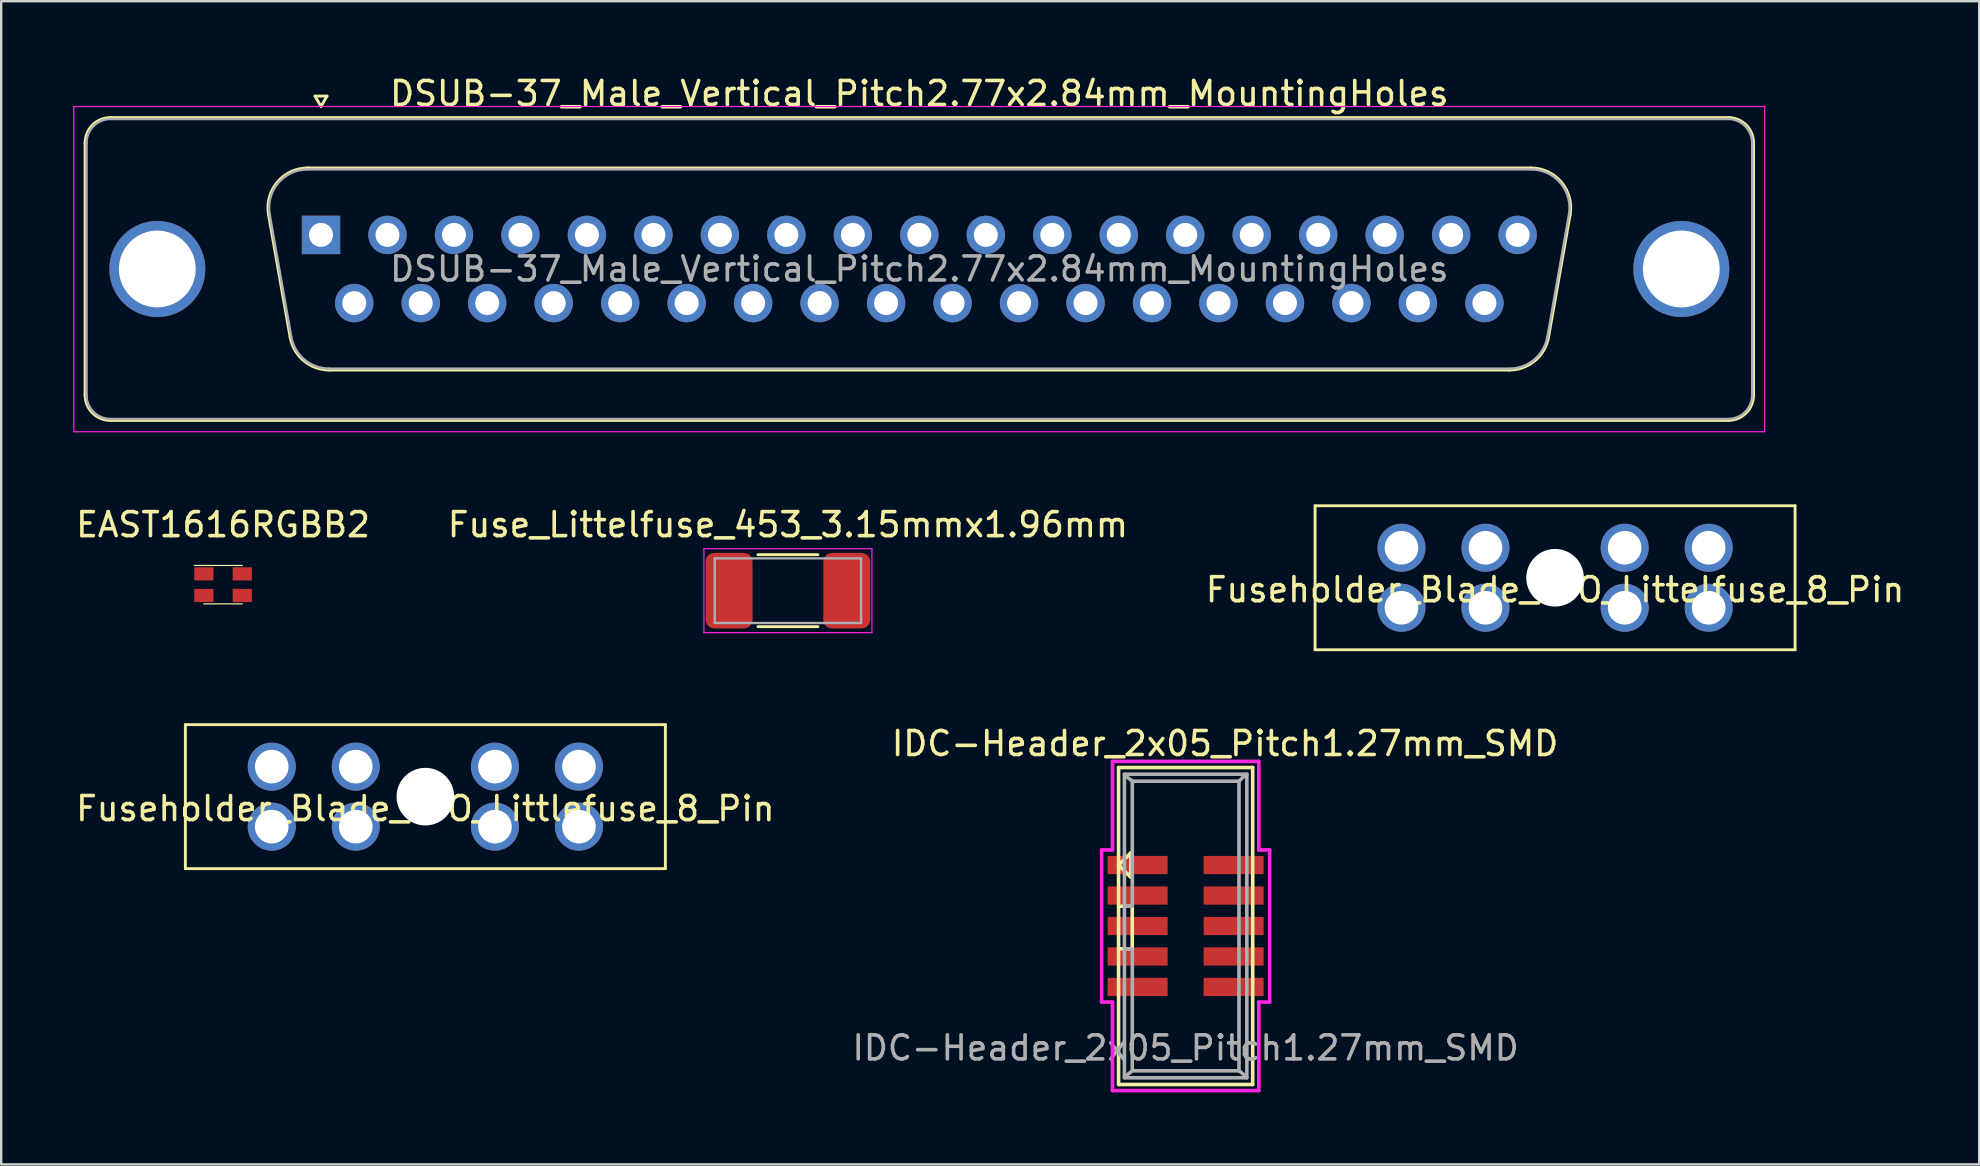
<source format=kicad_pcb>
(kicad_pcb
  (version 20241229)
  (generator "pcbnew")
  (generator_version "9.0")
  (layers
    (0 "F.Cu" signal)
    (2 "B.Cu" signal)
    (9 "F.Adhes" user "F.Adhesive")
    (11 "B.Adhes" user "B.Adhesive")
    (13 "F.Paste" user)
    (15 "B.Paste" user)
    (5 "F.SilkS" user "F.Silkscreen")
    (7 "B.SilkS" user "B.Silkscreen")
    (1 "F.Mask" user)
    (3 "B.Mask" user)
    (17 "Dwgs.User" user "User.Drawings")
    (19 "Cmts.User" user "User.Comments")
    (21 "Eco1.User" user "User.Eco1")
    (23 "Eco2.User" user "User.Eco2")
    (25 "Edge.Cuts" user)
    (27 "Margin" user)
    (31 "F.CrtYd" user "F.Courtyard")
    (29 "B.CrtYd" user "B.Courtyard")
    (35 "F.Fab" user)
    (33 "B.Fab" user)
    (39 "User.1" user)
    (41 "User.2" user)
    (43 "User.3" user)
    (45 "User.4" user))
  (footprint "DSUB-37_Male_Vertical_Pitch2.77x2.84mm_MountingHoles"
    (layer "F.Cu")
    (at 10.325 6.738)
    (property "Reference" "DSUB-37_Male_Vertical_Pitch2.77x2.84mm_MountingHoles" (at 24.93 -5.89 0) (layer "F.SilkS") (effects (font (size 1 1) (thickness 0.15))))
    (attr through_hole)
    (fp_line (start -9.83 6.67) (end -9.83 -3.83) (stroke (width 0.12) (type solid)) (layer "F.SilkS"))
    (fp_line (start -8.77 -4.89) (end 58.63 -4.89) (stroke (width 0.12) (type solid)) (layer "F.SilkS"))
    (fp_line (start -2.186 -0.842) (end -1.287 4.258) (stroke (width 0.12) (type solid)) (layer "F.SilkS"))
    (fp_line (start -0.552 -2.79) (end 50.412 -2.79) (stroke (width 0.12) (type solid)) (layer "F.SilkS"))
    (fp_line (start -0.25 -5.784) (end 0.25 -5.784) (stroke (width 0.12) (type solid)) (layer "F.SilkS"))
    (fp_line (start 0 -5.351) (end -0.25 -5.784) (stroke (width 0.12) (type solid)) (layer "F.SilkS"))
    (fp_line (start 0.25 -5.784) (end 0 -5.351) (stroke (width 0.12) (type solid)) (layer "F.SilkS"))
    (fp_line (start 0.348 5.63) (end 49.512 5.63) (stroke (width 0.12) (type solid)) (layer "F.SilkS"))
    (fp_line (start 52.046 -0.842) (end 51.147 4.258) (stroke (width 0.12) (type solid)) (layer "F.SilkS"))
    (fp_line (start 58.63 7.73) (end -8.77 7.73) (stroke (width 0.12) (type solid)) (layer "F.SilkS"))
    (fp_line (start 59.69 -3.83) (end 59.69 6.67) (stroke (width 0.12) (type solid)) (layer "F.SilkS"))
    (fp_arc (start -9.83 -3.83) (mid -9.519533 -4.579533) (end -8.77 -4.89) (stroke (width 0.12) (type solid)) (layer "F.SilkS"))
    (fp_arc (start -8.77 7.73) (mid -9.519533 7.419533) (end -9.83 6.67) (stroke (width 0.12) (type solid)) (layer "F.SilkS"))
    (fp_arc (start -2.18647 -0.841744) (mid -1.823323 -2.197028) (end -0.551689 -2.79) (stroke (width 0.12) (type solid)) (layer "F.SilkS"))
    (fp_arc (start 0.347579 5.63) (mid -0.719448 5.241634) (end -1.287202 4.258256) (stroke (width 0.12) (type solid)) (layer "F.SilkS"))
    (fp_arc (start 50.411689 -2.79) (mid 51.683323 -2.197027) (end 52.04647 -0.841744) (stroke (width 0.12) (type solid)) (layer "F.SilkS"))
    (fp_arc (start 51.147202 4.258256) (mid 50.579449 5.241634) (end 49.512421 5.63) (stroke (width 0.12) (type solid)) (layer "F.SilkS"))
    (fp_arc (start 58.63 -4.89) (mid 59.379533 -4.579533) (end 59.69 -3.83) (stroke (width 0.12) (type solid)) (layer "F.SilkS"))
    (fp_arc (start 59.69 6.67) (mid 59.379533 7.419533) (end 58.63 7.73) (stroke (width 0.12) (type solid)) (layer "F.SilkS"))
    (fp_line (start -10.3 -5.35) (end -10.3 8.2) (stroke (width 0.05) (type solid)) (layer "F.CrtYd"))
    (fp_line (start -10.3 8.2) (end 60.15 8.2) (stroke (width 0.05) (type solid)) (layer "F.CrtYd"))
    (fp_line (start 60.15 -5.35) (end -10.3 -5.35) (stroke (width 0.05) (type solid)) (layer "F.CrtYd"))
    (fp_line (start 60.15 8.2) (end 60.15 -5.35) (stroke (width 0.05) (type solid)) (layer "F.CrtYd"))
    (fp_line (start -9.77 6.67) (end -9.77 -3.83) (stroke (width 0.1) (type solid)) (layer "F.Fab"))
    (fp_line (start -8.77 -4.83) (end 58.63 -4.83) (stroke (width 0.1) (type solid)) (layer "F.Fab"))
    (fp_line (start -2.139 -0.852) (end -1.24 4.248) (stroke (width 0.1) (type solid)) (layer "F.Fab"))
    (fp_line (start -0.563 -2.73) (end 50.423 -2.73) (stroke (width 0.1) (type solid)) (layer "F.Fab"))
    (fp_line (start 0.336 5.57) (end 49.524 5.57) (stroke (width 0.1) (type solid)) (layer "F.Fab"))
    (fp_line (start 51.999 -0.852) (end 51.1 4.248) (stroke (width 0.1) (type solid)) (layer "F.Fab"))
    (fp_line (start 58.63 7.67) (end -8.77 7.67) (stroke (width 0.1) (type solid)) (layer "F.Fab"))
    (fp_line (start 59.63 -3.83) (end 59.63 6.67) (stroke (width 0.1) (type solid)) (layer "F.Fab"))
    (fp_arc (start -9.77 -3.83) (mid -9.477107 -4.537107) (end -8.77 -4.83) (stroke (width 0.1) (type solid)) (layer "F.Fab"))
    (fp_arc (start -8.77 7.67) (mid -9.477107 7.377107) (end -9.77 6.67) (stroke (width 0.1) (type solid)) (layer "F.Fab"))
    (fp_arc (start -2.138886 -0.852163) (mid -1.788865 -2.15846) (end -0.563194 -2.73) (stroke (width 0.1) (type solid)) (layer "F.Fab"))
    (fp_arc (start 0.336073 5.57) (mid -0.692387 5.195671) (end -1.239619 4.247837) (stroke (width 0.1) (type solid)) (layer "F.Fab"))
    (fp_arc (start 50.423194 -2.73) (mid 51.648865 -2.15846) (end 51.998886 -0.852163) (stroke (width 0.1) (type solid)) (layer "F.Fab"))
    (fp_arc (start 51.099619 4.247837) (mid 50.552387 5.195671) (end 49.523927 5.57) (stroke (width 0.1) (type solid)) (layer "F.Fab"))
    (fp_arc (start 58.63 -4.83) (mid 59.337107 -4.537107) (end 59.63 -3.83) (stroke (width 0.1) (type solid)) (layer "F.Fab"))
    (fp_arc (start 59.63 6.67) (mid 59.337107 7.377107) (end 58.63 7.67) (stroke (width 0.1) (type solid)) (layer "F.Fab"))
    (fp_text user "${REFERENCE}" (at 24.93 1.42 0) (layer "F.Fab") (effects (font (size 1 1) (thickness 0.15))))
    (pad "0" thru_hole circle (at -6.82 1.42) (size 4 4) (drill 3.2) (layers "*.Cu" "*.Mask"))
    (pad "0" thru_hole circle (at 56.68 1.42) (size 4 4) (drill 3.2) (layers "*.Cu" "*.Mask"))
    (pad "1" thru_hole rect (at 0 0) (size 1.6 1.6) (drill 1) (layers "*.Cu" "*.Mask"))
    (pad "2" thru_hole circle (at 2.77 0) (size 1.6 1.6) (drill 1) (layers "*.Cu" "*.Mask"))
    (pad "3" thru_hole circle (at 5.54 0) (size 1.6 1.6) (drill 1) (layers "*.Cu" "*.Mask"))
    (pad "4" thru_hole circle (at 8.31 0) (size 1.6 1.6) (drill 1) (layers "*.Cu" "*.Mask"))
    (pad "5" thru_hole circle (at 11.08 0) (size 1.6 1.6) (drill 1) (layers "*.Cu" "*.Mask"))
    (pad "6" thru_hole circle (at 13.85 0) (size 1.6 1.6) (drill 1) (layers "*.Cu" "*.Mask"))
    (pad "7" thru_hole circle (at 16.62 0) (size 1.6 1.6) (drill 1) (layers "*.Cu" "*.Mask"))
    (pad "8" thru_hole circle (at 19.39 0) (size 1.6 1.6) (drill 1) (layers "*.Cu" "*.Mask"))
    (pad "9" thru_hole circle (at 22.16 0) (size 1.6 1.6) (drill 1) (layers "*.Cu" "*.Mask"))
    (pad "10" thru_hole circle (at 24.93 0) (size 1.6 1.6) (drill 1) (layers "*.Cu" "*.Mask"))
    (pad "11" thru_hole circle (at 27.7 0) (size 1.6 1.6) (drill 1) (layers "*.Cu" "*.Mask"))
    (pad "12" thru_hole circle (at 30.47 0) (size 1.6 1.6) (drill 1) (layers "*.Cu" "*.Mask"))
    (pad "13" thru_hole circle (at 33.24 0) (size 1.6 1.6) (drill 1) (layers "*.Cu" "*.Mask"))
    (pad "14" thru_hole circle (at 36.01 0) (size 1.6 1.6) (drill 1) (layers "*.Cu" "*.Mask"))
    (pad "15" thru_hole circle (at 38.78 0) (size 1.6 1.6) (drill 1) (layers "*.Cu" "*.Mask"))
    (pad "16" thru_hole circle (at 41.55 0) (size 1.6 1.6) (drill 1) (layers "*.Cu" "*.Mask"))
    (pad "17" thru_hole circle (at 44.32 0) (size 1.6 1.6) (drill 1) (layers "*.Cu" "*.Mask"))
    (pad "18" thru_hole circle (at 47.09 0) (size 1.6 1.6) (drill 1) (layers "*.Cu" "*.Mask"))
    (pad "19" thru_hole circle (at 49.86 0) (size 1.6 1.6) (drill 1) (layers "*.Cu" "*.Mask"))
    (pad "20" thru_hole circle (at 1.385 2.84) (size 1.6 1.6) (drill 1) (layers "*.Cu" "*.Mask"))
    (pad "21" thru_hole circle (at 4.155 2.84) (size 1.6 1.6) (drill 1) (layers "*.Cu" "*.Mask"))
    (pad "22" thru_hole circle (at 6.925 2.84) (size 1.6 1.6) (drill 1) (layers "*.Cu" "*.Mask"))
    (pad "23" thru_hole circle (at 9.695 2.84) (size 1.6 1.6) (drill 1) (layers "*.Cu" "*.Mask"))
    (pad "24" thru_hole circle (at 12.465 2.84) (size 1.6 1.6) (drill 1) (layers "*.Cu" "*.Mask"))
    (pad "25" thru_hole circle (at 15.235 2.84) (size 1.6 1.6) (drill 1) (layers "*.Cu" "*.Mask"))
    (pad "26" thru_hole circle (at 18.005 2.84) (size 1.6 1.6) (drill 1) (layers "*.Cu" "*.Mask"))
    (pad "27" thru_hole circle (at 20.775 2.84) (size 1.6 1.6) (drill 1) (layers "*.Cu" "*.Mask"))
    (pad "28" thru_hole circle (at 23.545 2.84) (size 1.6 1.6) (drill 1) (layers "*.Cu" "*.Mask"))
    (pad "29" thru_hole circle (at 26.315 2.84) (size 1.6 1.6) (drill 1) (layers "*.Cu" "*.Mask"))
    (pad "30" thru_hole circle (at 29.085 2.84) (size 1.6 1.6) (drill 1) (layers "*.Cu" "*.Mask"))
    (pad "31" thru_hole circle (at 31.855 2.84) (size 1.6 1.6) (drill 1) (layers "*.Cu" "*.Mask"))
    (pad "32" thru_hole circle (at 34.625 2.84) (size 1.6 1.6) (drill 1) (layers "*.Cu" "*.Mask"))
    (pad "33" thru_hole circle (at 37.395 2.84) (size 1.6 1.6) (drill 1) (layers "*.Cu" "*.Mask"))
    (pad "34" thru_hole circle (at 40.165 2.84) (size 1.6 1.6) (drill 1) (layers "*.Cu" "*.Mask"))
    (pad "35" thru_hole circle (at 42.935 2.84) (size 1.6 1.6) (drill 1) (layers "*.Cu" "*.Mask"))
    (pad "36" thru_hole circle (at 45.705 2.84) (size 1.6 1.6) (drill 1) (layers "*.Cu" "*.Mask"))
    (pad "37" thru_hole circle (at 48.475 2.84) (size 1.6 1.6) (drill 1) (layers "*.Cu" "*.Mask")))
  (footprint "Fuse_Littelfuse_453_3.15mmx1.96mm"
    (layer "F.Cu")
    (at 29.78 21.561)
    (property "Reference" "Fuse_Littelfuse_453_3.15mmx1.96mm" (at 0 -2.75 0) (layer "F.SilkS") (effects (font (size 1 1) (thickness 0.15))))
    (attr smd)
    (fp_line (start -1.25 -1.5) (end 1.25 -1.5) (stroke (width 0.12) (type solid)) (layer "F.SilkS"))
    (fp_line (start -1.25 1.5) (end 1.25 1.5) (stroke (width 0.12) (type solid)) (layer "F.SilkS"))
    (fp_line (start -3.5 -1.75) (end 3.5 -1.75) (stroke (width 0.05) (type solid)) (layer "F.CrtYd"))
    (fp_line (start -3.5 1.75) (end -3.5 -1.75) (stroke (width 0.05) (type solid)) (layer "F.CrtYd"))
    (fp_line (start 3.5 -1.75) (end 3.5 1.75) (stroke (width 0.05) (type solid)) (layer "F.CrtYd"))
    (fp_line (start 3.5 1.75) (end -3.5 1.75) (stroke (width 0.05) (type solid)) (layer "F.CrtYd"))
    (fp_line (start -3.048 -1.346) (end 3.048 -1.346) (stroke (width 0.1) (type solid)) (layer "F.Fab"))
    (fp_line (start -3.048 1.346) (end -3.048 -1.346) (stroke (width 0.1) (type solid)) (layer "F.Fab"))
    (fp_line (start 3.048 -1.346) (end 3.048 1.346) (stroke (width 0.1) (type solid)) (layer "F.Fab"))
    (fp_line (start 3.048 1.346) (end -3.048 1.346) (stroke (width 0.1) (type solid)) (layer "F.Fab"))
    (pad "1" smd roundrect (at -2.451 0) (size 1.956 3.15) (layers "F.Cu" "F.Mask" "F.Paste") (roundrect_rratio 0.185))
    (pad "2" smd roundrect (at 2.451 0) (size 1.956 3.15) (layers "F.Cu" "F.Mask" "F.Paste") (roundrect_rratio 0.185)))
  (footprint "Fuseholder_Blade_ATO_Littlefuse_8_Pin"
    (layer "F.Cu")
    (at 14.673 30.143)
    (property "Reference" "Fuseholder_Blade_ATO_Littlefuse_8_Pin" (at 0 0.5 0) (layer "F.SilkS") (effects (font (size 1 1) (thickness 0.15))))
    (attr through_hole)
    (fp_line (start -10 -3) (end 10 -3) (stroke (width 0.12) (type solid)) (layer "F.SilkS"))
    (fp_line (start -10 3) (end -10 -3) (stroke (width 0.12) (type solid)) (layer "F.SilkS"))
    (fp_line (start 10 -3) (end 10 3) (stroke (width 0.12) (type solid)) (layer "F.SilkS"))
    (fp_line (start 10 3) (end -10 3) (stroke (width 0.12) (type solid)) (layer "F.SilkS"))
    (pad "" np_thru_hole circle (at 0 0) (size 2.4 2.4) (drill 2.4) (layers "*.Cu" "*.Mask"))
    (pad "1" thru_hole circle (at -6.4 -1.25) (size 2 2) (drill 1.4) (layers "*.Cu" "*.Mask"))
    (pad "1" thru_hole circle (at -6.4 1.25) (size 2 2) (drill 1.4) (layers "*.Cu" "*.Mask"))
    (pad "1" thru_hole circle (at -2.9 -1.25) (size 2 2) (drill 1.4) (layers "*.Cu" "*.Mask"))
    (pad "1" thru_hole circle (at -2.9 1.25) (size 2 2) (drill 1.4) (layers "*.Cu" "*.Mask"))
    (pad "2" thru_hole circle (at 2.9 -1.25) (size 2 2) (drill 1.4) (layers "*.Cu" "*.Mask"))
    (pad "2" thru_hole circle (at 2.9 1.25) (size 2 2) (drill 1.4) (layers "*.Cu" "*.Mask"))
    (pad "2" thru_hole circle (at 6.4 -1.25) (size 2 2) (drill 1.4) (layers "*.Cu" "*.Mask"))
    (pad "2" thru_hole circle (at 6.4 1.25) (size 2 2) (drill 1.4) (layers "*.Cu" "*.Mask")))
  (footprint "Fuseholder_Blade_ATO_Littelfuse_8_Pin"
    (layer "F.Cu")
    (at 61.744 21.023)
    (property "Reference" "Fuseholder_Blade_ATO_Littelfuse_8_Pin" (at 0 0.5 0) (layer "F.SilkS") (effects (font (size 1 1) (thickness 0.15))))
    (attr through_hole)
    (fp_line (start -10 -3) (end 10 -3) (stroke (width 0.12) (type solid)) (layer "F.SilkS"))
    (fp_line (start -10 3) (end -10 -3) (stroke (width 0.12) (type solid)) (layer "F.SilkS"))
    (fp_line (start 10 -3) (end 10 3) (stroke (width 0.12) (type solid)) (layer "F.SilkS"))
    (fp_line (start 10 3) (end -10 3) (stroke (width 0.12) (type solid)) (layer "F.SilkS"))
    (pad "" np_thru_hole circle (at 0 0) (size 2.4 2.4) (drill 2.4) (layers "*.Cu" "*.Mask"))
    (pad "1" thru_hole circle (at -6.4 -1.25) (size 2 2) (drill 1.4) (layers "*.Cu" "*.Mask"))
    (pad "1" thru_hole circle (at -6.4 1.25) (size 2 2) (drill 1.4) (layers "*.Cu" "*.Mask"))
    (pad "1" thru_hole circle (at -2.9 -1.25) (size 2 2) (drill 1.4) (layers "*.Cu" "*.Mask"))
    (pad "1" thru_hole circle (at -2.9 1.25) (size 2 2) (drill 1.4) (layers "*.Cu" "*.Mask"))
    (pad "2" thru_hole circle (at 2.9 -1.25) (size 2 2) (drill 1.4) (layers "*.Cu" "*.Mask"))
    (pad "2" thru_hole circle (at 2.9 1.25) (size 2 2) (drill 1.4) (layers "*.Cu" "*.Mask"))
    (pad "2" thru_hole circle (at 6.4 -1.25) (size 2 2) (drill 1.4) (layers "*.Cu" "*.Mask"))
    (pad "2" thru_hole circle (at 6.4 1.25) (size 2 2) (drill 1.4) (layers "*.Cu" "*.Mask")))
  (footprint "IDC-Header_2x05_Pitch1.27mm_SMD"
    (layer "F.Cu")
    (at 46.351 35.533)
    (property "Reference" "IDC-Header_2x05_Pitch1.27mm_SMD" (at 1.643 -7.602 0) (layer "F.SilkS") (effects (font (size 1 1) (thickness 0.15))))
    (attr through_hole)
    (fp_line (start -2.794 -6.604) (end -2.794 6.604) (stroke (width 0.15) (type solid)) (layer "F.SilkS"))
    (fp_line (start -2.794 -2.54) (end -2.286 -3.048) (stroke (width 0.15) (type solid)) (layer "F.SilkS"))
    (fp_line (start -2.794 6.604) (end 2.794 6.604) (stroke (width 0.15) (type solid)) (layer "F.SilkS"))
    (fp_line (start -2.75 -0.825) (end -2.225 -0.825) (stroke (width 0.15) (type solid)) (layer "F.SilkS"))
    (fp_line (start -2.286 -3.048) (end -2.286 -2.032) (stroke (width 0.15) (type solid)) (layer "F.SilkS"))
    (fp_line (start -2.286 -2.032) (end -2.794 -2.54) (stroke (width 0.15) (type solid)) (layer "F.SilkS"))
    (fp_line (start -2.225 -0.825) (end -2.225 0.95) (stroke (width 0.15) (type solid)) (layer "F.SilkS"))
    (fp_line (start -2.225 0.95) (end -2.75 0.95) (stroke (width 0.15) (type solid)) (layer "F.SilkS"))
    (fp_line (start 2.794 -6.604) (end -2.794 -6.604) (stroke (width 0.15) (type solid)) (layer "F.SilkS"))
    (fp_line (start 2.794 6.604) (end 2.794 -6.604) (stroke (width 0.15) (type solid)) (layer "F.SilkS"))
    (fp_line (start -3.5 -3.17) (end -3.5 3.17) (stroke (width 0.15) (type solid)) (layer "F.CrtYd"))
    (fp_line (start -3.048 -6.858) (end -3.048 -3.17) (stroke (width 0.15) (type solid)) (layer "F.CrtYd"))
    (fp_line (start -3.048 -3.17) (end -3.5 -3.17) (stroke (width 0.15) (type solid)) (layer "F.CrtYd"))
    (fp_line (start -3.048 3.17) (end -3.5 3.17) (stroke (width 0.15) (type solid)) (layer "F.CrtYd"))
    (fp_line (start -3.048 3.17) (end -3.048 6.858) (stroke (width 0.15) (type solid)) (layer "F.CrtYd"))
    (fp_line (start -3.048 6.858) (end 3.048 6.858) (stroke (width 0.15) (type solid)) (layer "F.CrtYd"))
    (fp_line (start 3.048 -6.858) (end -3.048 -6.858) (stroke (width 0.15) (type solid)) (layer "F.CrtYd"))
    (fp_line (start 3.048 -3.17) (end 3.048 -6.858) (stroke (width 0.15) (type solid)) (layer "F.CrtYd"))
    (fp_line (start 3.048 3.17) (end 3.5 3.17) (stroke (width 0.15) (type solid)) (layer "F.CrtYd"))
    (fp_line (start 3.048 6.858) (end 3.048 3.17) (stroke (width 0.15) (type solid)) (layer "F.CrtYd"))
    (fp_line (start 3.049 -3.17) (end 3.5 -3.17) (stroke (width 0.15) (type solid)) (layer "F.CrtYd"))
    (fp_line (start 3.5 -3.17) (end 3.5 3.17) (stroke (width 0.15) (type solid)) (layer "F.CrtYd"))
    (fp_line (start -2.55 -6.325) (end -2.55 6.325) (stroke (width 0.15) (type solid)) (layer "F.Fab"))
    (fp_line (start -2.55 -6.325) (end 2.55 -6.325) (stroke (width 0.15) (type solid)) (layer "F.Fab"))
    (fp_line (start -2.55 6.325) (end 2.55 6.325) (stroke (width 0.15) (type solid)) (layer "F.Fab"))
    (fp_line (start -2.54 -6.287) (end -2.223 -6.032) (stroke (width 0.15) (type solid)) (layer "F.Fab"))
    (fp_line (start -2.286 -0.826) (end -2.54 -0.826) (stroke (width 0.15) (type solid)) (layer "F.Fab"))
    (fp_line (start -2.223 -6.032) (end -2.223 -0.826) (stroke (width 0.15) (type solid)) (layer "F.Fab"))
    (fp_line (start -2.223 0.953) (end -2.54 0.953) (stroke (width 0.15) (type solid)) (layer "F.Fab"))
    (fp_line (start -2.223 0.953) (end -2.223 6.032) (stroke (width 0.15) (type solid)) (layer "F.Fab"))
    (fp_line (start -2.223 6.032) (end -2.54 6.287) (stroke (width 0.15) (type solid)) (layer "F.Fab"))
    (fp_line (start -2.223 6.032) (end 2.223 6.032) (stroke (width 0.15) (type solid)) (layer "F.Fab"))
    (fp_line (start 2.223 -6.032) (end -2.223 -6.032) (stroke (width 0.15) (type solid)) (layer "F.Fab"))
    (fp_line (start 2.223 -6.032) (end 2.477 -6.287) (stroke (width 0.15) (type solid)) (layer "F.Fab"))
    (fp_line (start 2.223 6.032) (end 2.223 -6.032) (stroke (width 0.15) (type solid)) (layer "F.Fab"))
    (fp_line (start 2.223 6.032) (end 2.54 6.287) (stroke (width 0.15) (type solid)) (layer "F.Fab"))
    (fp_line (start 2.55 -6.325) (end 2.55 6.325) (stroke (width 0.15) (type solid)) (layer "F.Fab"))
    (fp_text user "${REFERENCE}" (at 0 5.08 0) (layer "F.Fab") (effects (font (size 1 1) (thickness 0.15))))
    (pad "1" smd rect (at -2 -2.54) (size 2.5 0.76) (layers "F.Cu" "F.Mask" "F.Paste"))
    (pad "2" smd rect (at 2 -2.54) (size 2.5 0.76) (layers "F.Cu" "F.Mask" "F.Paste"))
    (pad "3" smd rect (at -2 -1.27) (size 2.5 0.76) (layers "F.Cu" "F.Mask" "F.Paste"))
    (pad "4" smd rect (at 2 -1.27) (size 2.5 0.76) (layers "F.Cu" "F.Mask" "F.Paste"))
    (pad "5" smd rect (at -2 0) (size 2.5 0.76) (layers "F.Cu" "F.Mask" "F.Paste"))
    (pad "6" smd rect (at 2 0) (size 2.5 0.76) (layers "F.Cu" "F.Mask" "F.Paste"))
    (pad "7" smd rect (at -2 1.27) (size 2.5 0.76) (layers "F.Cu" "F.Mask" "F.Paste"))
    (pad "8" smd rect (at 2 1.27) (size 2.5 0.76) (layers "F.Cu" "F.Mask" "F.Paste"))
    (pad "9" smd rect (at -2 2.54) (size 2.5 0.76) (layers "F.Cu" "F.Mask" "F.Paste"))
    (pad "10" smd rect (at 2 2.54) (size 2.5 0.76) (layers "F.Cu" "F.Mask" "F.Paste")))
  (footprint "EAST1616RGBB2"
    (layer "F.Cu")
    (at 6.244 21.311)
    (property "Reference" "EAST1616RGBB2" (at 0 -2.5 0) (layer "F.SilkS") (effects (font (size 1 1) (thickness 0.15))))
    (attr through_hole)
    (fp_line (start -1.2 -0.8) (end 0.8 -0.8) (stroke (width 0.05) (type solid)) (layer "F.SilkS"))
    (fp_line (start -0.8 0.8) (end 0.8 0.8) (stroke (width 0.05) (type solid)) (layer "F.SilkS"))
    (pad "1" smd rect (at -0.8 -0.45) (size 0.8 0.55) (layers "F.Cu" "F.Mask" "F.Paste"))
    (pad "2" smd rect (at -0.8 0.45) (size 0.8 0.55) (layers "F.Cu" "F.Mask" "F.Paste"))
    (pad "3" smd rect (at 0.8 0.45) (size 0.8 0.55) (layers "F.Cu" "F.Mask" "F.Paste"))
    (pad "4" smd rect (at 0.8 -0.45) (size 0.8 0.55) (layers "F.Cu" "F.Mask" "F.Paste")))
  (gr_rect
    (start -3 -3)
    (end 79.417 45.466)
    (stroke (width 0.1) (type default))
    (fill no)
    (layer "Edge.Cuts")))
</source>
